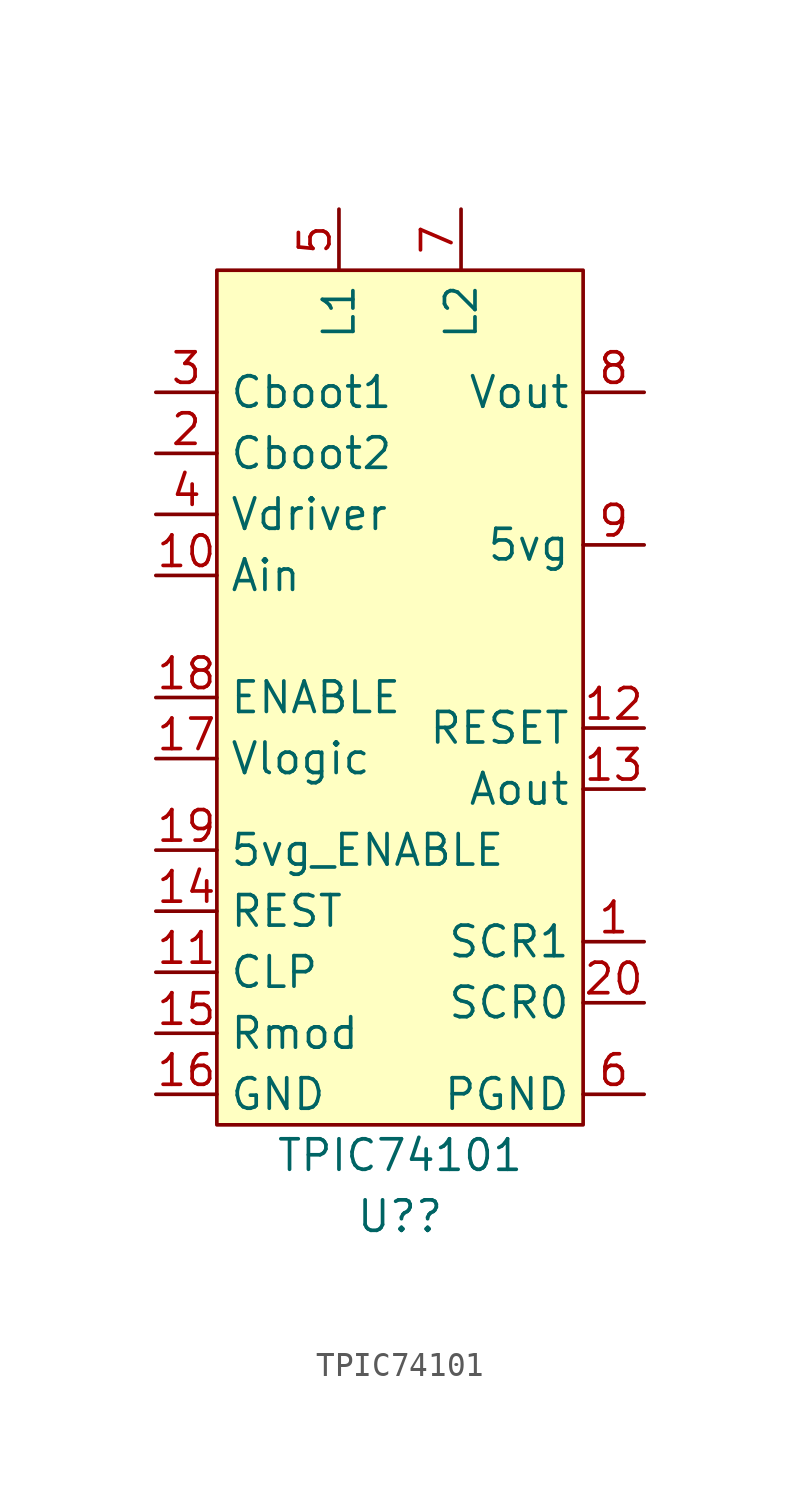
<source format=kicad_sym>
(kicad_symbol_lib
  (version 20211014)
  (generator kicad_symbol_editor)
  (symbol "TPIC74101"
    (property "Reference" "U?"
      (at 0 -21.59 0)
      (effects (font (size 1.27 1.27))))
    (property "Value" "TPIC74101"
      (at 0 -19.05 0)
      (effects (font (size 1.27 1.27))))
    (symbol "TPIC74101_0_1"
      (rectangle (start -7.62 17.78) (end 7.62 -17.78) (stroke (width 0) (type default) (color 0 0 0 0)) (fill (type background))))
    (symbol "TPIC74101_1_1"
      (pin input line (at 10.16 -10.16 180) (length 2.54) (name "SCR1" (effects (font (size 1.27 1.27)))) (number "1" (effects (font (size 1.27 1.27)))))
      (pin input line (at -10.16 5.08 0) (length 2.54) (name "Ain" (effects (font (size 1.27 1.27)))) (number "10" (effects (font (size 1.27 1.27)))))
      (pin bidirectional line (at -10.16 -11.43 0) (length 2.54) (name "CLP" (effects (font (size 1.27 1.27)))) (number "11" (effects (font (size 1.27 1.27)))))
      (pin open_collector line (at 10.16 -1.27 180) (length 2.54) (name "RESET" (effects (font (size 1.27 1.27)))) (number "12" (effects (font (size 1.27 1.27)))))
      (pin open_collector line (at 10.16 -3.81 180) (length 2.54) (name "Aout" (effects (font (size 1.27 1.27)))) (number "13" (effects (font (size 1.27 1.27)))))
      (pin output line (at -10.16 -8.89 0) (length 2.54) (name "REST" (effects (font (size 1.27 1.27)))) (number "14" (effects (font (size 1.27 1.27)))))
      (pin input line (at -10.16 -13.97 0) (length 2.54) (name "Rmod" (effects (font (size 1.27 1.27)))) (number "15" (effects (font (size 1.27 1.27)))))
      (pin power_in line (at -10.16 -16.51 0) (length 2.54) (name "GND" (effects (font (size 1.27 1.27)))) (number "16" (effects (font (size 1.27 1.27)))))
      (pin power_out line (at -10.16 -2.54 0) (length 2.54) (name "Vlogic" (effects (font (size 1.27 1.27)))) (number "17" (effects (font (size 1.27 1.27)))))
      (pin input line (at -10.16 0 0) (length 2.54) (name "ENABLE" (effects (font (size 1.27 1.27)))) (number "18" (effects (font (size 1.27 1.27)))))
      (pin input line (at -10.16 -6.35 0) (length 2.54) (name "5vg_ENABLE" (effects (font (size 1.27 1.27)))) (number "19" (effects (font (size 1.27 1.27)))))
      (pin input line (at -10.16 10.16 0) (length 2.54) (name "Cboot2" (effects (font (size 1.27 1.27)))) (number "2" (effects (font (size 1.27 1.27)))))
      (pin input line (at 10.16 -12.7 180) (length 2.54) (name "SCR0" (effects (font (size 1.27 1.27)))) (number "20" (effects (font (size 1.27 1.27)))))
      (pin input line (at -10.16 12.7 0) (length 2.54) (name "Cboot1" (effects (font (size 1.27 1.27)))) (number "3" (effects (font (size 1.27 1.27)))))
      (pin input line (at -10.16 7.62 0) (length 2.54) (name "Vdriver" (effects (font (size 1.27 1.27)))) (number "4" (effects (font (size 1.27 1.27)))))
      (pin input line (at -2.54 20.32 270) (length 2.54) (name "L1" (effects (font (size 1.27 1.27)))) (number "5" (effects (font (size 1.27 1.27)))))
      (pin power_out line (at 10.16 -16.51 180) (length 2.54) (name "PGND" (effects (font (size 1.27 1.27)))) (number "6" (effects (font (size 1.27 1.27)))))
      (pin input line (at 2.54 20.32 270) (length 2.54) (name "L2" (effects (font (size 1.27 1.27)))) (number "7" (effects (font (size 1.27 1.27)))))
      (pin power_out line (at 10.16 12.7 180) (length 2.54) (name "Vout" (effects (font (size 1.27 1.27)))) (number "8" (effects (font (size 1.27 1.27)))))
      (pin power_out line (at 10.16 6.35 180) (length 2.54) (name "5vg" (effects (font (size 1.27 1.27)))) (number "9" (effects (font (size 1.27 1.27))))))))
</source>
